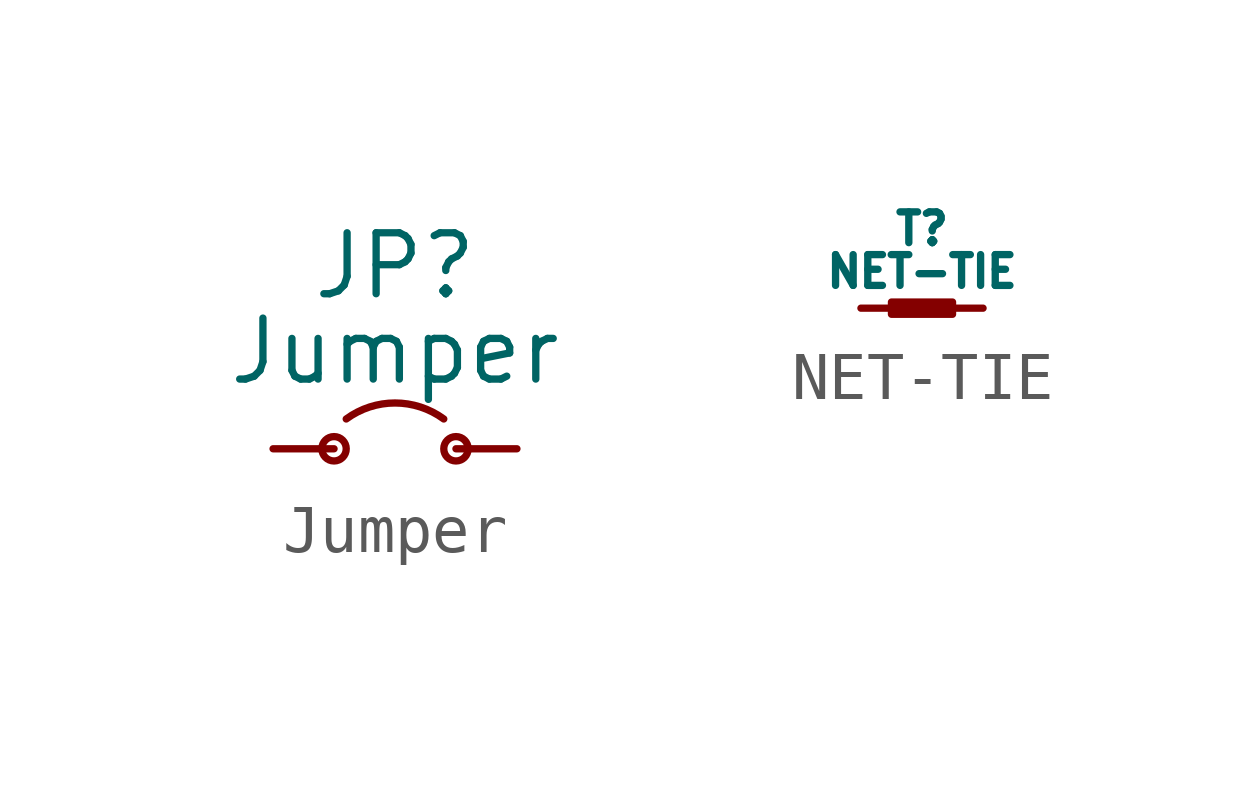
<source format=kicad_sym>
(kicad_symbol_lib
  (version 20231120)
  (generator "kicad_symbol_editor")
  (generator_version "8.0")
  (symbol "Jumper"
    (pin_names
      (offset 0) hide)
    (property "Reference" "JP"
      (at 0 3.81 0)
      (effects (font (size 1.27 1.27))))
    (property "Value" "Jumper"
      (at 0 2.032 0)
      (effects (font (size 1.27 1.27))))
    (symbol "Jumper_0_0"
      (circle (center -1.27 0) (radius 0.254) (stroke (width 0) (type default)) (fill (type none)))
      (circle (center 1.27 0) (radius 0.254) (stroke (width 0) (type default)) (fill (type none))))
    (symbol "Jumper_0_1"
      (arc (start 1.016 0.621) (mid 0 0.9541) (end -1.016 0.621) (stroke (width 0) (type default)) (fill (type none))))
    (symbol "Jumper_1_1"
      (pin passive line (at -2.54 0 0) (length 1.27) (name "A" (effects (font (size 0 0)))) (number "1" (effects (font (size 0 0)))))
      (pin passive line (at 2.54 0 180) (length 1.27) (name "B" (effects (font (size 0 0)))) (number "2" (effects (font (size 0 0)))))))
  (symbol "NET-TIE"
    (pin_numbers hide)
    (pin_names hide)
    (property "Reference" "T"
      (at 0 1.651 0)
      (effects (font (size 0.64 0.64))))
    (property "Value" "NET-TIE"
      (at 0 0.762 0)
      (effects (font (size 0.64 0.64))))
    (symbol "NET-TIE_0_1"
      (rectangle (start -0.635 0.127) (end 0.635 -0.127) (stroke (width 0) (type default)) (fill (type outline))))
    (symbol "NET-TIE_1_1"
      (pin passive line (at -1.27 0 0) (length 0.64) (name "~" (effects (font (size 1.27 1.27)))) (number "1" (effects (font (size 0 0)))))
      (pin passive line (at 1.27 0 180) (length 0.64) (name "~" (effects (font (size 1.27 1.27)))) (number "2" (effects (font (size 0 0))))))))
</source>
